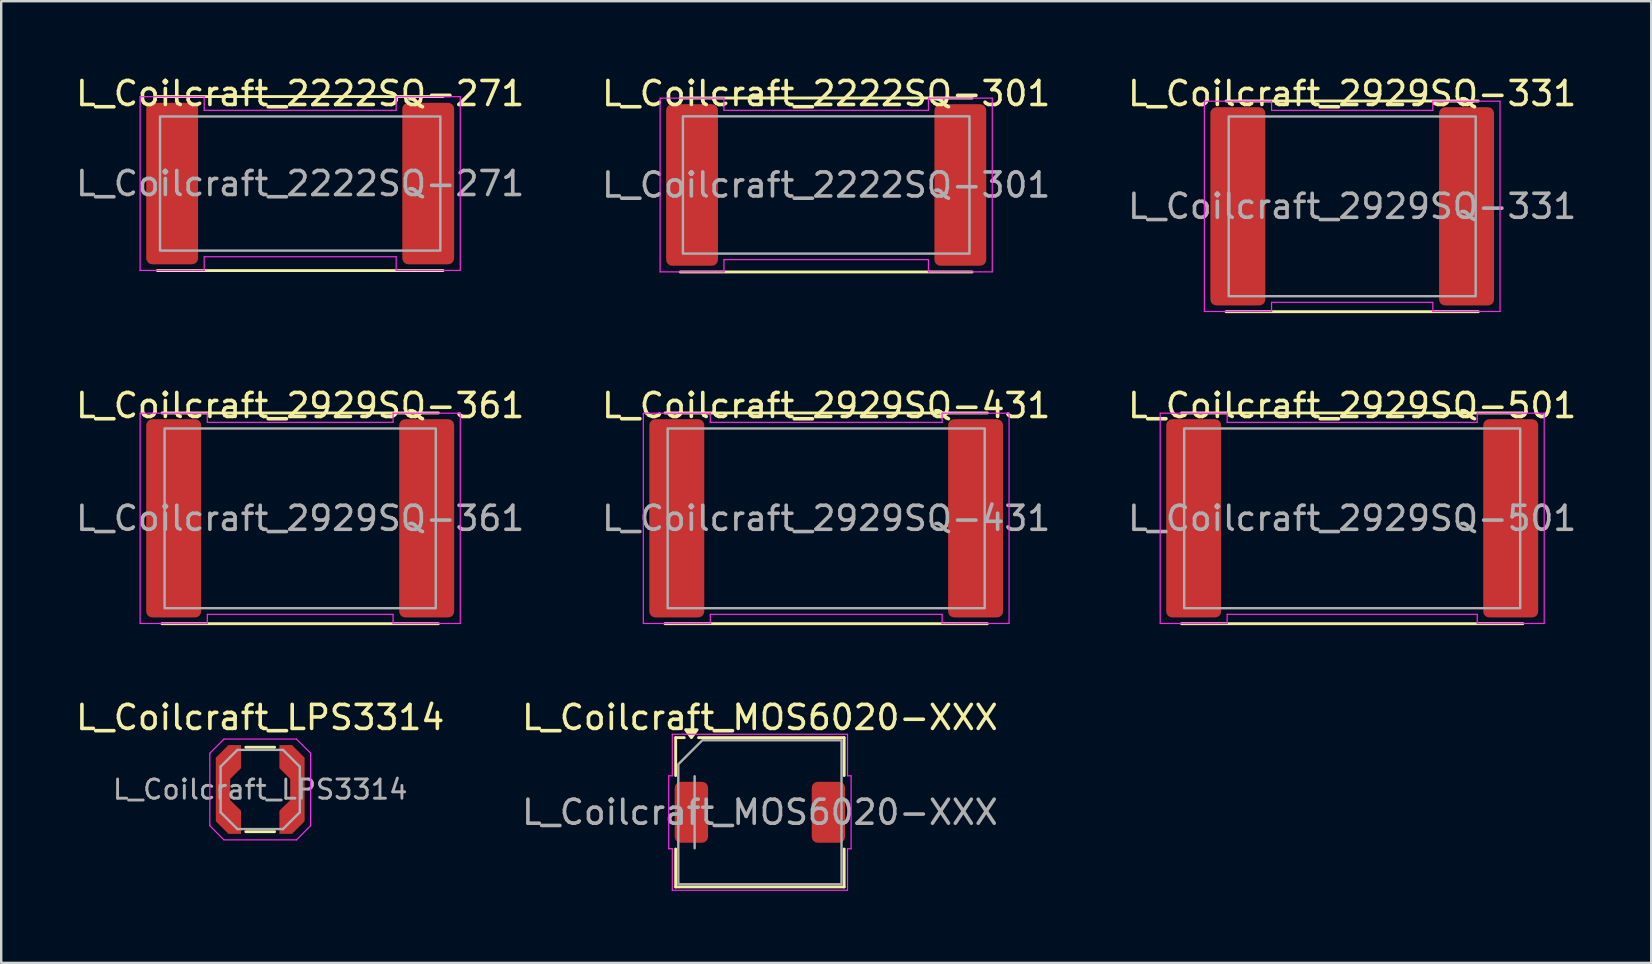
<source format=kicad_pcb>
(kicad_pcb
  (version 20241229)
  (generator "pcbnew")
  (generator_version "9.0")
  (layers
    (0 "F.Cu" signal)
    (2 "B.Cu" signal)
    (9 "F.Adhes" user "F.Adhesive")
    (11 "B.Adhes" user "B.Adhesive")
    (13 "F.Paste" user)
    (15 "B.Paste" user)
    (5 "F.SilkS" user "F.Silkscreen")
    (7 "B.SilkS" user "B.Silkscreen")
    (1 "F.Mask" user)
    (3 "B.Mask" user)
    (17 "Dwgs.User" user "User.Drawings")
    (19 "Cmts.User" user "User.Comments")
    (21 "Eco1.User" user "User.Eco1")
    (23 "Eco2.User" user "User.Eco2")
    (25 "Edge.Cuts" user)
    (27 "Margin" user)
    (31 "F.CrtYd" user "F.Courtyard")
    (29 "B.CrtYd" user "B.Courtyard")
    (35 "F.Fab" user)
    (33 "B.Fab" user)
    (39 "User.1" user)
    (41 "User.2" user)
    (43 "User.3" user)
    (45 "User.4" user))
  (footprint "L_Coilcraft_2929SQ-501"
    (layer "F.Cu")
    (at 53.292 18.547)
    (property "Reference" "L_Coilcraft_2929SQ-501" (at 0 -4.7 0) (layer "F.SilkS") (effects (font (size 1 1) (thickness 0.15))))
    (attr smd)
    (fp_line (start -7.11 -4.39) (end 7.11 -4.39) (stroke (width 0.12) (type solid)) (layer "F.SilkS"))
    (fp_line (start 7.11 4.39) (end -7.11 4.39) (stroke (width 0.12) (type solid)) (layer "F.SilkS"))
    (fp_line (start -8 -4.38) (end -5.21 -4.38) (stroke (width 0.05) (type solid)) (layer "F.CrtYd"))
    (fp_line (start -8 4.38) (end -8 -4.38) (stroke (width 0.05) (type solid)) (layer "F.CrtYd"))
    (fp_line (start -5.21 -4.38) (end -5.21 -4) (stroke (width 0.05) (type solid)) (layer "F.CrtYd"))
    (fp_line (start -5.21 -4) (end 5.21 -4) (stroke (width 0.05) (type solid)) (layer "F.CrtYd"))
    (fp_line (start -5.21 4) (end -5.21 4.38) (stroke (width 0.05) (type solid)) (layer "F.CrtYd"))
    (fp_line (start -5.21 4.38) (end -8 4.38) (stroke (width 0.05) (type solid)) (layer "F.CrtYd"))
    (fp_line (start 5.21 -4.38) (end 8 -4.38) (stroke (width 0.05) (type solid)) (layer "F.CrtYd"))
    (fp_line (start 5.21 -4) (end 5.21 -4.38) (stroke (width 0.05) (type solid)) (layer "F.CrtYd"))
    (fp_line (start 5.21 4) (end -5.21 4) (stroke (width 0.05) (type solid)) (layer "F.CrtYd"))
    (fp_line (start 5.21 4.38) (end 5.21 4) (stroke (width 0.05) (type solid)) (layer "F.CrtYd"))
    (fp_line (start 8 -4.38) (end 8 4.38) (stroke (width 0.05) (type solid)) (layer "F.CrtYd"))
    (fp_line (start 8 4.38) (end 5.21 4.38) (stroke (width 0.05) (type solid)) (layer "F.CrtYd"))
    (fp_rect (start -7 -3.745) (end 7 3.745) (stroke (width 0.1) (type solid)) (fill no) (layer "F.Fab"))
    (fp_text user "${REFERENCE}" (at 0 0 0) (layer "F.Fab") (effects (font (size 1 1) (thickness 0.15))))
    (pad "1" smd roundrect (at -6.605 0) (size 2.29 8.26) (layers "F.Cu" "F.Mask" "F.Paste") (roundrect_rratio 0.109))
    (pad "2" smd roundrect (at 6.605 0) (size 2.29 8.26) (layers "F.Cu" "F.Mask" "F.Paste") (roundrect_rratio 0.109)))
  (footprint "L_Coilcraft_2929SQ-361"
    (layer "F.Cu")
    (at 9.458 18.547)
    (property "Reference" "L_Coilcraft_2929SQ-361" (at 0 -4.7 0) (layer "F.SilkS") (effects (font (size 1 1) (thickness 0.15))))
    (attr smd)
    (fp_line (start -5.76 -4.39) (end 5.76 -4.39) (stroke (width 0.12) (type solid)) (layer "F.SilkS"))
    (fp_line (start 5.76 4.39) (end -5.76 4.39) (stroke (width 0.12) (type solid)) (layer "F.SilkS"))
    (fp_line (start -6.67 -4.38) (end -3.87 -4.38) (stroke (width 0.05) (type solid)) (layer "F.CrtYd"))
    (fp_line (start -6.67 4.38) (end -6.67 -4.38) (stroke (width 0.05) (type solid)) (layer "F.CrtYd"))
    (fp_line (start -3.87 -4.38) (end -3.87 -4) (stroke (width 0.05) (type solid)) (layer "F.CrtYd"))
    (fp_line (start -3.87 -4) (end 3.87 -4) (stroke (width 0.05) (type solid)) (layer "F.CrtYd"))
    (fp_line (start -3.87 4) (end -3.87 4.38) (stroke (width 0.05) (type solid)) (layer "F.CrtYd"))
    (fp_line (start -3.87 4.38) (end -6.67 4.38) (stroke (width 0.05) (type solid)) (layer "F.CrtYd"))
    (fp_line (start 3.87 -4.38) (end 6.67 -4.38) (stroke (width 0.05) (type solid)) (layer "F.CrtYd"))
    (fp_line (start 3.87 -4) (end 3.87 -4.38) (stroke (width 0.05) (type solid)) (layer "F.CrtYd"))
    (fp_line (start 3.87 4) (end -3.87 4) (stroke (width 0.05) (type solid)) (layer "F.CrtYd"))
    (fp_line (start 3.87 4.38) (end 3.87 4) (stroke (width 0.05) (type solid)) (layer "F.CrtYd"))
    (fp_line (start 6.67 -4.38) (end 6.67 4.38) (stroke (width 0.05) (type solid)) (layer "F.CrtYd"))
    (fp_line (start 6.67 4.38) (end 3.87 4.38) (stroke (width 0.05) (type solid)) (layer "F.CrtYd"))
    (fp_rect (start -5.65 -3.745) (end 5.65 3.745) (stroke (width 0.1) (type solid)) (fill no) (layer "F.Fab"))
    (fp_text user "${REFERENCE}" (at 0 0 0) (layer "F.Fab") (effects (font (size 1 1) (thickness 0.15))))
    (pad "1" smd roundrect (at -5.271 0) (size 2.29 8.26) (layers "F.Cu" "F.Mask" "F.Paste") (roundrect_rratio 0.109))
    (pad "2" smd roundrect (at 5.271 0) (size 2.29 8.26) (layers "F.Cu" "F.Mask" "F.Paste") (roundrect_rratio 0.109)))
  (footprint "L_Coilcraft_2929SQ-331"
    (layer "F.Cu")
    (at 53.292 5.548)
    (property "Reference" "L_Coilcraft_2929SQ-331" (at 0 -4.7 0) (layer "F.SilkS") (effects (font (size 1 1) (thickness 0.15))))
    (attr smd)
    (fp_line (start -5.255 -4.39) (end 5.255 -4.39) (stroke (width 0.12) (type solid)) (layer "F.SilkS"))
    (fp_line (start 5.255 4.39) (end -5.255 4.39) (stroke (width 0.12) (type solid)) (layer "F.SilkS"))
    (fp_line (start -6.16 -4.38) (end -3.36 -4.38) (stroke (width 0.05) (type solid)) (layer "F.CrtYd"))
    (fp_line (start -6.16 4.38) (end -6.16 -4.38) (stroke (width 0.05) (type solid)) (layer "F.CrtYd"))
    (fp_line (start -3.36 -4.38) (end -3.36 -4) (stroke (width 0.05) (type solid)) (layer "F.CrtYd"))
    (fp_line (start -3.36 -4) (end 3.36 -4) (stroke (width 0.05) (type solid)) (layer "F.CrtYd"))
    (fp_line (start -3.36 4) (end -3.36 4.38) (stroke (width 0.05) (type solid)) (layer "F.CrtYd"))
    (fp_line (start -3.36 4.38) (end -6.16 4.38) (stroke (width 0.05) (type solid)) (layer "F.CrtYd"))
    (fp_line (start 3.36 -4.38) (end 6.16 -4.38) (stroke (width 0.05) (type solid)) (layer "F.CrtYd"))
    (fp_line (start 3.36 -4) (end 3.36 -4.38) (stroke (width 0.05) (type solid)) (layer "F.CrtYd"))
    (fp_line (start 3.36 4) (end -3.36 4) (stroke (width 0.05) (type solid)) (layer "F.CrtYd"))
    (fp_line (start 3.36 4.38) (end 3.36 4) (stroke (width 0.05) (type solid)) (layer "F.CrtYd"))
    (fp_line (start 6.16 -4.38) (end 6.16 4.38) (stroke (width 0.05) (type solid)) (layer "F.CrtYd"))
    (fp_line (start 6.16 4.38) (end 3.36 4.38) (stroke (width 0.05) (type solid)) (layer "F.CrtYd"))
    (fp_rect (start -5.145 -3.745) (end 5.145 3.745) (stroke (width 0.1) (type solid)) (fill no) (layer "F.Fab"))
    (fp_text user "${REFERENCE}" (at 0 0 0) (layer "F.Fab") (effects (font (size 1 1) (thickness 0.15))))
    (pad "1" smd roundrect (at -4.765 0) (size 2.29 8.26) (layers "F.Cu" "F.Mask" "F.Paste") (roundrect_rratio 0.109))
    (pad "2" smd roundrect (at 4.765 0) (size 2.29 8.26) (layers "F.Cu" "F.Mask" "F.Paste") (roundrect_rratio 0.109)))
  (footprint "L_Coilcraft_2929SQ-431"
    (layer "F.Cu")
    (at 31.375 18.547)
    (property "Reference" "L_Coilcraft_2929SQ-431" (at 0 -4.7 0) (layer "F.SilkS") (effects (font (size 1 1) (thickness 0.15))))
    (attr smd)
    (fp_line (start -6.715 -4.39) (end 6.715 -4.39) (stroke (width 0.12) (type solid)) (layer "F.SilkS"))
    (fp_line (start 6.715 4.39) (end -6.715 4.39) (stroke (width 0.12) (type solid)) (layer "F.SilkS"))
    (fp_line (start -7.62 -4.38) (end -4.83 -4.38) (stroke (width 0.05) (type solid)) (layer "F.CrtYd"))
    (fp_line (start -7.62 4.38) (end -7.62 -4.38) (stroke (width 0.05) (type solid)) (layer "F.CrtYd"))
    (fp_line (start -4.83 -4.38) (end -4.83 -4) (stroke (width 0.05) (type solid)) (layer "F.CrtYd"))
    (fp_line (start -4.83 -4) (end 4.83 -4) (stroke (width 0.05) (type solid)) (layer "F.CrtYd"))
    (fp_line (start -4.83 4) (end -4.83 4.38) (stroke (width 0.05) (type solid)) (layer "F.CrtYd"))
    (fp_line (start -4.83 4.38) (end -7.62 4.38) (stroke (width 0.05) (type solid)) (layer "F.CrtYd"))
    (fp_line (start 4.83 -4.38) (end 7.62 -4.38) (stroke (width 0.05) (type solid)) (layer "F.CrtYd"))
    (fp_line (start 4.83 -4) (end 4.83 -4.38) (stroke (width 0.05) (type solid)) (layer "F.CrtYd"))
    (fp_line (start 4.83 4) (end -4.83 4) (stroke (width 0.05) (type solid)) (layer "F.CrtYd"))
    (fp_line (start 4.83 4.38) (end 4.83 4) (stroke (width 0.05) (type solid)) (layer "F.CrtYd"))
    (fp_line (start 7.62 -4.38) (end 7.62 4.38) (stroke (width 0.05) (type solid)) (layer "F.CrtYd"))
    (fp_line (start 7.62 4.38) (end 4.83 4.38) (stroke (width 0.05) (type solid)) (layer "F.CrtYd"))
    (fp_rect (start -6.605 -3.745) (end 6.605 3.745) (stroke (width 0.1) (type solid)) (fill no) (layer "F.Fab"))
    (fp_text user "${REFERENCE}" (at 0 0 0) (layer "F.Fab") (effects (font (size 1 1) (thickness 0.15))))
    (pad "1" smd roundrect (at -6.225 0) (size 2.29 8.26) (layers "F.Cu" "F.Mask" "F.Paste") (roundrect_rratio 0.109))
    (pad "2" smd roundrect (at 6.225 0) (size 2.29 8.26) (layers "F.Cu" "F.Mask" "F.Paste") (roundrect_rratio 0.109)))
  (footprint "L_Coilcraft_MOS6020-XXX"
    (layer "F.Cu")
    (at 28.613 30.795)
    (property "Reference" "L_Coilcraft_MOS6020-XXX" (at 0 -3.95 0) (layer "F.SilkS") (effects (font (size 1 1) (thickness 0.15))))
    (attr smd)
    (fp_line (start -3.51 -3.11) (end -3.152 -3.11) (stroke (width 0.12) (type solid)) (layer "F.SilkS"))
    (fp_line (start -3.51 -1.53) (end -3.51 -3.11) (stroke (width 0.12) (type solid)) (layer "F.SilkS"))
    (fp_line (start -3.51 3.11) (end -3.51 1.53) (stroke (width 0.12) (type solid)) (layer "F.SilkS"))
    (fp_line (start -2.558 -3.11) (end 3.51 -3.11) (stroke (width 0.12) (type solid)) (layer "F.SilkS"))
    (fp_line (start 3.51 -3.11) (end 3.51 -1.53) (stroke (width 0.12) (type solid)) (layer "F.SilkS"))
    (fp_line (start 3.51 1.53) (end 3.51 3.11) (stroke (width 0.12) (type solid)) (layer "F.SilkS"))
    (fp_line (start 3.51 3.11) (end -3.51 3.11) (stroke (width 0.12) (type solid)) (layer "F.SilkS"))
    (fp_poly (pts (xy -2.855 -3.11) (xy -3.095 -3.44) (xy -2.615 -3.44)) (stroke (width 0.12) (type solid)) (fill yes) (layer "F.SilkS"))
    (fp_line (start -3.8 -1.52) (end -3.65 -1.52) (stroke (width 0.05) (type solid)) (layer "F.CrtYd"))
    (fp_line (start -3.8 1.52) (end -3.8 -1.52) (stroke (width 0.05) (type solid)) (layer "F.CrtYd"))
    (fp_line (start -3.65 -3.25) (end 3.65 -3.25) (stroke (width 0.05) (type solid)) (layer "F.CrtYd"))
    (fp_line (start -3.65 -1.52) (end -3.65 -3.25) (stroke (width 0.05) (type solid)) (layer "F.CrtYd"))
    (fp_line (start -3.65 1.52) (end -3.8 1.52) (stroke (width 0.05) (type solid)) (layer "F.CrtYd"))
    (fp_line (start -3.65 3.25) (end -3.65 1.52) (stroke (width 0.05) (type solid)) (layer "F.CrtYd"))
    (fp_line (start 3.65 -3.25) (end 3.65 -1.52) (stroke (width 0.05) (type solid)) (layer "F.CrtYd"))
    (fp_line (start 3.65 -1.52) (end 3.8 -1.52) (stroke (width 0.05) (type solid)) (layer "F.CrtYd"))
    (fp_line (start 3.65 1.52) (end 3.65 3.25) (stroke (width 0.05) (type solid)) (layer "F.CrtYd"))
    (fp_line (start 3.65 3.25) (end -3.65 3.25) (stroke (width 0.05) (type solid)) (layer "F.CrtYd"))
    (fp_line (start 3.8 -1.52) (end 3.8 1.52) (stroke (width 0.05) (type solid)) (layer "F.CrtYd"))
    (fp_line (start 3.8 1.52) (end 3.65 1.52) (stroke (width 0.05) (type solid)) (layer "F.CrtYd"))
    (fp_line (start -2.72 1.5) (end -2.72 -1.5) (stroke (width 0.1) (type solid)) (layer "F.Fab"))
    (fp_poly (pts (xy -3.4 -2) (xy -3.4 3) (xy 3.4 3) (xy 3.4 -3) (xy -2.4 -3)) (stroke (width 0.1) (type solid)) (fill no) (layer "F.Fab"))
    (fp_text user "${REFERENCE}" (at 0 0 0) (layer "F.Fab") (effects (font (size 1 1) (thickness 0.15))))
    (pad "1" smd roundrect (at -2.855 0) (size 1.39 2.54) (layers "F.Cu" "F.Mask" "F.Paste") (roundrect_rratio 0.18))
    (pad "2" smd roundrect (at 2.855 0) (size 1.39 2.54) (layers "F.Cu" "F.Mask" "F.Paste") (roundrect_rratio 0.18)))
  (footprint "L_Coilcraft_2222SQ-271"
    (layer "F.Cu")
    (at 9.458 4.598)
    (property "Reference" "L_Coilcraft_2222SQ-271" (at 0 -3.75 0) (layer "F.SilkS") (effects (font (size 1 1) (thickness 0.15))))
    (attr smd)
    (fp_line (start -5.95 -3.625) (end 5.95 -3.625) (stroke (width 0.12) (type solid)) (layer "F.SilkS"))
    (fp_line (start 5.95 3.625) (end -5.95 3.625) (stroke (width 0.12) (type solid)) (layer "F.SilkS"))
    (fp_line (start -6.67 -3.62) (end -4 -3.62) (stroke (width 0.05) (type solid)) (layer "F.CrtYd"))
    (fp_line (start -6.67 3.62) (end -6.67 -3.62) (stroke (width 0.05) (type solid)) (layer "F.CrtYd"))
    (fp_line (start -4 -3.62) (end -4 -3.05) (stroke (width 0.05) (type solid)) (layer "F.CrtYd"))
    (fp_line (start -4 -3.05) (end 4 -3.05) (stroke (width 0.05) (type solid)) (layer "F.CrtYd"))
    (fp_line (start -4 3.05) (end -4 3.62) (stroke (width 0.05) (type solid)) (layer "F.CrtYd"))
    (fp_line (start -4 3.62) (end -6.67 3.62) (stroke (width 0.05) (type solid)) (layer "F.CrtYd"))
    (fp_line (start 4 -3.62) (end 6.67 -3.62) (stroke (width 0.05) (type solid)) (layer "F.CrtYd"))
    (fp_line (start 4 -3.05) (end 4 -3.62) (stroke (width 0.05) (type solid)) (layer "F.CrtYd"))
    (fp_line (start 4 3.05) (end -4 3.05) (stroke (width 0.05) (type solid)) (layer "F.CrtYd"))
    (fp_line (start 4 3.62) (end 4 3.05) (stroke (width 0.05) (type solid)) (layer "F.CrtYd"))
    (fp_line (start 6.67 -3.62) (end 6.67 3.62) (stroke (width 0.05) (type solid)) (layer "F.CrtYd"))
    (fp_line (start 6.67 3.62) (end 4 3.62) (stroke (width 0.05) (type solid)) (layer "F.CrtYd"))
    (fp_rect (start -5.84 -2.795) (end 5.84 2.795) (stroke (width 0.1) (type solid)) (fill no) (layer "F.Fab"))
    (fp_text user "${REFERENCE}" (at 0 0 0) (layer "F.Fab") (effects (font (size 1 1) (thickness 0.15))))
    (pad "1" smd roundrect (at -5.335 0) (size 2.16 6.73) (layers "F.Cu" "F.Mask" "F.Paste") (roundrect_rratio 0.116))
    (pad "2" smd roundrect (at 5.335 0) (size 2.16 6.73) (layers "F.Cu" "F.Mask" "F.Paste") (roundrect_rratio 0.116)))
  (footprint "L_Coilcraft_2222SQ-301"
    (layer "F.Cu")
    (at 31.375 4.658)
    (property "Reference" "L_Coilcraft_2222SQ-301" (at 0 -3.81 0) (layer "F.SilkS") (effects (font (size 1 1) (thickness 0.15))))
    (attr smd)
    (fp_line (start -6.08 -3.625) (end 6.08 -3.625) (stroke (width 0.12) (type solid)) (layer "F.SilkS"))
    (fp_line (start 6.08 3.625) (end -6.08 3.625) (stroke (width 0.12) (type solid)) (layer "F.SilkS"))
    (fp_line (start -6.92 -3.62) (end -4.26 -3.62) (stroke (width 0.05) (type solid)) (layer "F.CrtYd"))
    (fp_line (start -6.92 3.62) (end -6.92 -3.62) (stroke (width 0.05) (type solid)) (layer "F.CrtYd"))
    (fp_line (start -4.26 -3.62) (end -4.26 -3.11) (stroke (width 0.05) (type solid)) (layer "F.CrtYd"))
    (fp_line (start -4.26 -3.11) (end 4.26 -3.11) (stroke (width 0.05) (type solid)) (layer "F.CrtYd"))
    (fp_line (start -4.26 3.11) (end -4.26 3.62) (stroke (width 0.05) (type solid)) (layer "F.CrtYd"))
    (fp_line (start -4.26 3.62) (end -6.92 3.62) (stroke (width 0.05) (type solid)) (layer "F.CrtYd"))
    (fp_line (start 4.26 -3.62) (end 6.92 -3.62) (stroke (width 0.05) (type solid)) (layer "F.CrtYd"))
    (fp_line (start 4.26 -3.11) (end 4.26 -3.62) (stroke (width 0.05) (type solid)) (layer "F.CrtYd"))
    (fp_line (start 4.26 3.11) (end -4.26 3.11) (stroke (width 0.05) (type solid)) (layer "F.CrtYd"))
    (fp_line (start 4.26 3.62) (end 4.26 3.11) (stroke (width 0.05) (type solid)) (layer "F.CrtYd"))
    (fp_line (start 6.92 -3.62) (end 6.92 3.62) (stroke (width 0.05) (type solid)) (layer "F.CrtYd"))
    (fp_line (start 6.92 3.62) (end 4.26 3.62) (stroke (width 0.05) (type solid)) (layer "F.CrtYd"))
    (fp_rect (start -5.97 -2.86) (end 5.97 2.86) (stroke (width 0.1) (type solid)) (fill no) (layer "F.Fab"))
    (fp_text user "${REFERENCE}" (at 0 0 0) (layer "F.Fab") (effects (font (size 1 1) (thickness 0.15))))
    (pad "1" smd roundrect (at -5.59 0) (size 2.16 6.73) (layers "F.Cu" "F.Mask" "F.Paste") (roundrect_rratio 0.116))
    (pad "2" smd roundrect (at 5.59 0) (size 2.16 6.73) (layers "F.Cu" "F.Mask" "F.Paste") (roundrect_rratio 0.116)))
  (footprint "L_Coilcraft_LPS3314"
    (layer "F.Cu")
    (at 7.792 29.845)
    (property "Reference" "L_Coilcraft_LPS3314" (at 0 -3 0) (layer "F.SilkS") (effects (font (size 1 1) (thickness 0.15))))
    (attr smd)
    (fp_line (start -0.6 -1.76) (end 0.6 -1.76) (stroke (width 0.12) (type solid)) (layer "F.SilkS"))
    (fp_line (start -0.6 1.76) (end 0.6 1.76) (stroke (width 0.12) (type solid)) (layer "F.SilkS"))
    (fp_line (start -2.1 -1.51) (end -2.1 1.51) (stroke (width 0.05) (type solid)) (layer "F.CrtYd"))
    (fp_line (start -1.51 -2.1) (end -2.1 -1.51) (stroke (width 0.05) (type solid)) (layer "F.CrtYd"))
    (fp_line (start -1.51 -2.1) (end 1.51 -2.1) (stroke (width 0.05) (type solid)) (layer "F.CrtYd"))
    (fp_line (start -1.51 2.1) (end -2.1 1.51) (stroke (width 0.05) (type solid)) (layer "F.CrtYd"))
    (fp_line (start -1.51 2.1) (end 1.51 2.1) (stroke (width 0.05) (type solid)) (layer "F.CrtYd"))
    (fp_line (start 1.51 -2.1) (end 2.1 -1.51) (stroke (width 0.05) (type solid)) (layer "F.CrtYd"))
    (fp_line (start 1.51 2.1) (end 2.1 1.51) (stroke (width 0.05) (type solid)) (layer "F.CrtYd"))
    (fp_line (start 2.1 -1.51) (end 2.1 1.51) (stroke (width 0.05) (type solid)) (layer "F.CrtYd"))
    (fp_line (start -1.65 -0.95) (end -0.95 -1.65) (stroke (width 0.1) (type solid)) (layer "F.Fab"))
    (fp_line (start -1.65 0.95) (end -1.65 -0.95) (stroke (width 0.1) (type solid)) (layer "F.Fab"))
    (fp_line (start -1.65 0.95) (end -0.95 1.65) (stroke (width 0.1) (type solid)) (layer "F.Fab"))
    (fp_line (start -0.95 -1.65) (end 0.95 -1.65) (stroke (width 0.1) (type solid)) (layer "F.Fab"))
    (fp_line (start 0.95 -1.65) (end 1.65 -0.95) (stroke (width 0.1) (type solid)) (layer "F.Fab"))
    (fp_line (start 0.95 1.65) (end -0.95 1.65) (stroke (width 0.1) (type solid)) (layer "F.Fab"))
    (fp_line (start 0.95 1.65) (end 1.65 0.95) (stroke (width 0.1) (type solid)) (layer "F.Fab"))
    (fp_line (start 1.65 -0.95) (end 1.65 0.95) (stroke (width 0.1) (type solid)) (layer "F.Fab"))
    (fp_text user "${REFERENCE}" (at 0 0 0) (layer "F.Fab") (effects (font (size 0.8 0.8) (thickness 0.12))))
    (pad "1" smd custom (at -1.55 0) (size 0.6 0.881) (layers "F.Cu" "F.Mask" "F.Paste") (options (anchor rect)) (primitives (gr_poly (pts (xy 0.75 -0.885) (xy 0.3 -0.441) (xy 0.3 0.441) (xy 0.75 0.885) (xy 0.75 1.85) (xy 0.225 1.85) (xy -0.3 1.325) (xy -0.3 -1.325) (xy 0.225 -1.85) (xy 0.75 -1.85)) (width 0) (fill yes))))
    (pad "2" smd custom (at 1.55 0 180) (size 0.6 0.881) (layers "F.Cu" "F.Mask" "F.Paste") (options (anchor rect)) (primitives (gr_poly (pts (xy 0.75 -0.885) (xy 0.3 -0.441) (xy 0.3 0.441) (xy 0.75 0.885) (xy 0.75 1.85) (xy 0.225 1.85) (xy -0.3 1.325) (xy -0.3 -1.325) (xy 0.225 -1.85) (xy 0.75 -1.85)) (width 0) (fill yes)))))
  (gr_rect
    (start -3 -3)
    (end 65.75 37.07)
    (stroke (width 0.1) (type default))
    (fill no)
    (layer "Edge.Cuts")))
</source>
